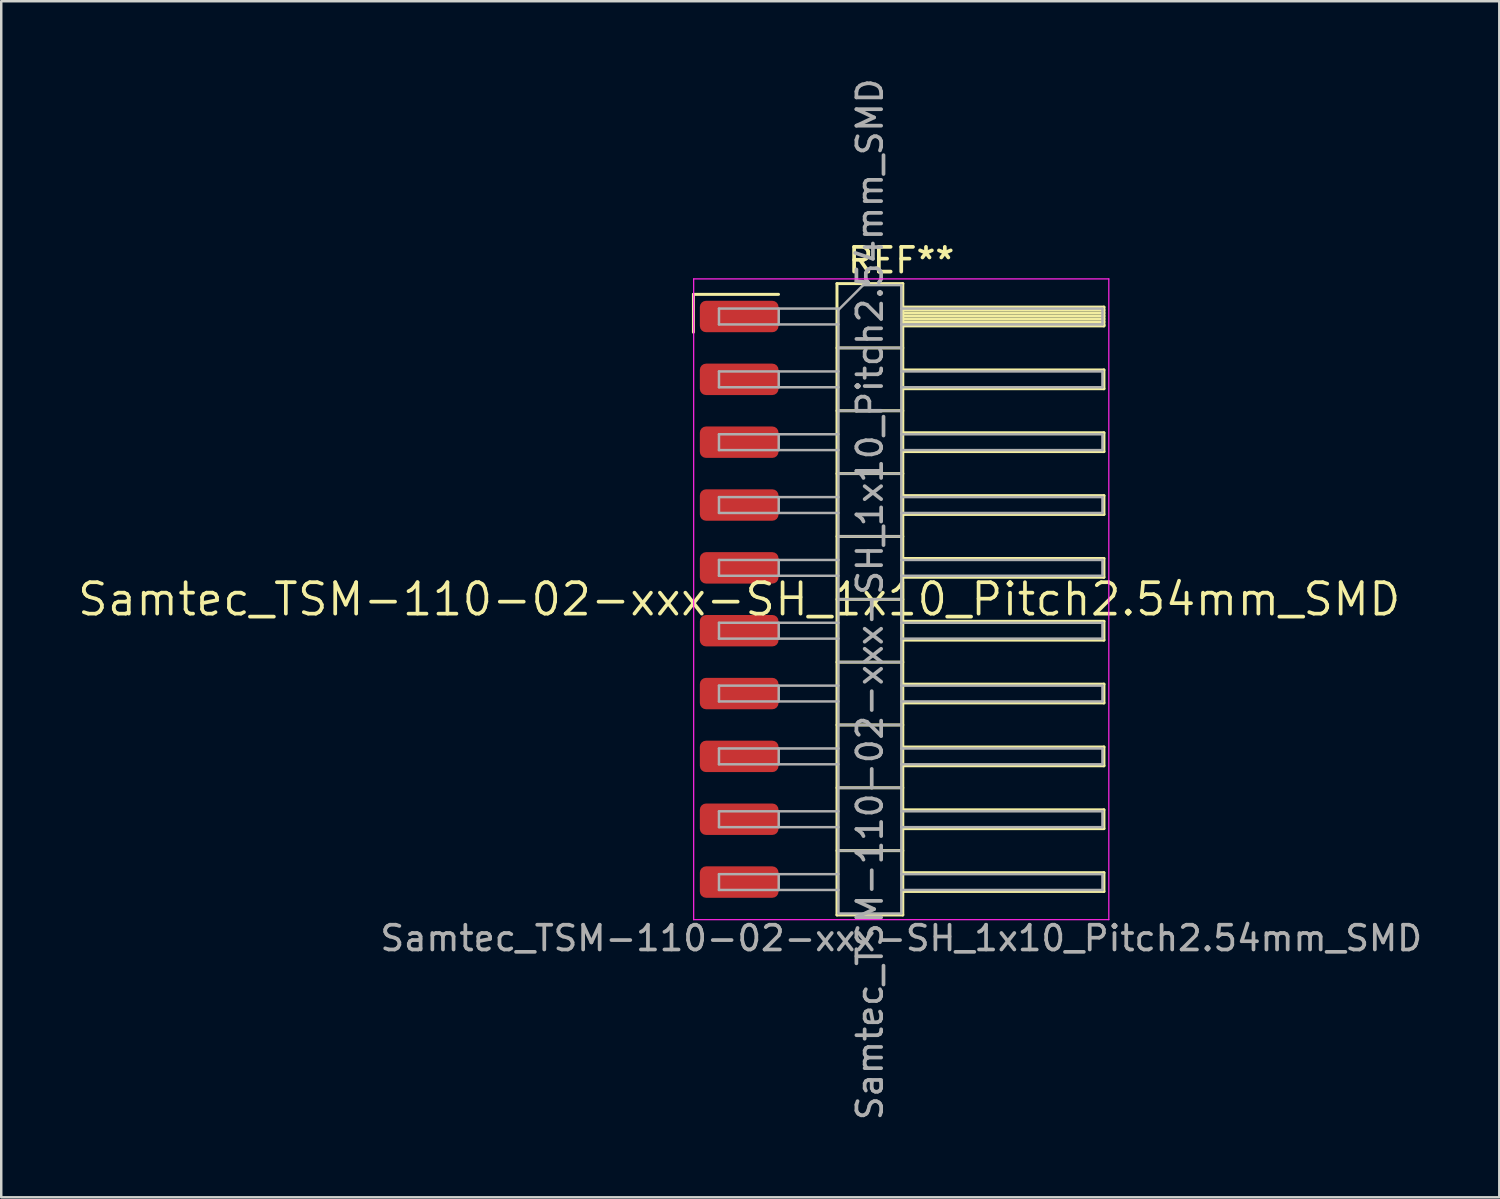
<source format=kicad_pcb>
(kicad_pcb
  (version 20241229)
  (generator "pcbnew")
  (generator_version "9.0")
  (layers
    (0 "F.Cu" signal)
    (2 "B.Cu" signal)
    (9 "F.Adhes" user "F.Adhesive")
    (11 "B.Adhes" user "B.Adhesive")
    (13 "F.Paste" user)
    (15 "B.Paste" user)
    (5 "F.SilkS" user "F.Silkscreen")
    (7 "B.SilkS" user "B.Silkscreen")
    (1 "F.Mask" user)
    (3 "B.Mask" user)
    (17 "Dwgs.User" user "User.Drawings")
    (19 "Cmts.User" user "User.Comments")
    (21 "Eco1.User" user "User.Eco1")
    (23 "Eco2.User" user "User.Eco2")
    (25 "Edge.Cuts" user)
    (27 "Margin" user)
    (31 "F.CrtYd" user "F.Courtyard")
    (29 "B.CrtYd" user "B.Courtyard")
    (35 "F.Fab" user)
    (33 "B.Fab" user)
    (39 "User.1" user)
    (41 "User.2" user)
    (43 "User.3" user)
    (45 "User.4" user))
  (footprint "Samtec_TSM-110-02-xxx-SH_1x10_Pitch2.54mm_SMD"
    (layer "F.Cu")
    (at 26.828 21.173)
    (property "Reference" "Samtec_TSM-110-02-xxx-SH_1x10_Pitch2.54mm_SMD" (at 0 0 0) (layer "F.SilkS") (effects (font (size 1.27 1.27) (thickness 0.15))))
    (attr smd)
    (fp_line (start -1.85 -12.325) (end 1.59 -12.325) (stroke (width 0.12) (type solid)) (layer "F.SilkS"))
    (fp_line (start -1.85 -10.795) (end -1.85 -12.325) (stroke (width 0.12) (type solid)) (layer "F.SilkS"))
    (fp_line (start 3.953 -12.76) (end 6.613 -12.76) (stroke (width 0.12) (type solid)) (layer "F.SilkS"))
    (fp_line (start 3.953 -10.16) (end 6.613 -10.16) (stroke (width 0.12) (type solid)) (layer "F.SilkS"))
    (fp_line (start 3.953 -7.62) (end 6.613 -7.62) (stroke (width 0.12) (type solid)) (layer "F.SilkS"))
    (fp_line (start 3.953 -5.08) (end 6.613 -5.08) (stroke (width 0.12) (type solid)) (layer "F.SilkS"))
    (fp_line (start 3.953 -2.54) (end 6.613 -2.54) (stroke (width 0.12) (type solid)) (layer "F.SilkS"))
    (fp_line (start 3.953 0) (end 6.613 0) (stroke (width 0.12) (type solid)) (layer "F.SilkS"))
    (fp_line (start 3.953 2.54) (end 6.613 2.54) (stroke (width 0.12) (type solid)) (layer "F.SilkS"))
    (fp_line (start 3.953 5.08) (end 6.613 5.08) (stroke (width 0.12) (type solid)) (layer "F.SilkS"))
    (fp_line (start 3.953 7.62) (end 6.613 7.62) (stroke (width 0.12) (type solid)) (layer "F.SilkS"))
    (fp_line (start 3.953 10.16) (end 6.613 10.16) (stroke (width 0.12) (type solid)) (layer "F.SilkS"))
    (fp_line (start 3.953 12.76) (end 3.953 -12.76) (stroke (width 0.12) (type solid)) (layer "F.SilkS"))
    (fp_line (start 6.613 -12.76) (end 6.613 12.76) (stroke (width 0.12) (type solid)) (layer "F.SilkS"))
    (fp_line (start 6.613 -11.81) (end 14.743 -11.81) (stroke (width 0.12) (type solid)) (layer "F.SilkS"))
    (fp_line (start 6.613 -11.69) (end 14.743 -11.69) (stroke (width 0.12) (type solid)) (layer "F.SilkS"))
    (fp_line (start 6.613 -11.57) (end 14.743 -11.57) (stroke (width 0.12) (type solid)) (layer "F.SilkS"))
    (fp_line (start 6.613 -11.45) (end 14.743 -11.45) (stroke (width 0.12) (type solid)) (layer "F.SilkS"))
    (fp_line (start 6.613 -11.33) (end 14.743 -11.33) (stroke (width 0.12) (type solid)) (layer "F.SilkS"))
    (fp_line (start 6.613 -11.21) (end 14.743 -11.21) (stroke (width 0.12) (type solid)) (layer "F.SilkS"))
    (fp_line (start 6.613 -11.09) (end 14.743 -11.09) (stroke (width 0.12) (type solid)) (layer "F.SilkS"))
    (fp_line (start 6.613 -11.05) (end 14.743 -11.05) (stroke (width 0.12) (type solid)) (layer "F.SilkS"))
    (fp_line (start 6.613 -9.27) (end 14.743 -9.27) (stroke (width 0.12) (type solid)) (layer "F.SilkS"))
    (fp_line (start 6.613 -8.51) (end 14.743 -8.51) (stroke (width 0.12) (type solid)) (layer "F.SilkS"))
    (fp_line (start 6.613 -6.73) (end 14.743 -6.73) (stroke (width 0.12) (type solid)) (layer "F.SilkS"))
    (fp_line (start 6.613 -5.97) (end 14.743 -5.97) (stroke (width 0.12) (type solid)) (layer "F.SilkS"))
    (fp_line (start 6.613 -4.19) (end 14.743 -4.19) (stroke (width 0.12) (type solid)) (layer "F.SilkS"))
    (fp_line (start 6.613 -3.43) (end 14.743 -3.43) (stroke (width 0.12) (type solid)) (layer "F.SilkS"))
    (fp_line (start 6.613 -1.65) (end 14.743 -1.65) (stroke (width 0.12) (type solid)) (layer "F.SilkS"))
    (fp_line (start 6.613 -0.89) (end 14.743 -0.89) (stroke (width 0.12) (type solid)) (layer "F.SilkS"))
    (fp_line (start 6.613 0.89) (end 14.743 0.89) (stroke (width 0.12) (type solid)) (layer "F.SilkS"))
    (fp_line (start 6.613 1.65) (end 14.743 1.65) (stroke (width 0.12) (type solid)) (layer "F.SilkS"))
    (fp_line (start 6.613 3.43) (end 14.743 3.43) (stroke (width 0.12) (type solid)) (layer "F.SilkS"))
    (fp_line (start 6.613 4.19) (end 14.743 4.19) (stroke (width 0.12) (type solid)) (layer "F.SilkS"))
    (fp_line (start 6.613 5.97) (end 14.743 5.97) (stroke (width 0.12) (type solid)) (layer "F.SilkS"))
    (fp_line (start 6.613 6.73) (end 14.743 6.73) (stroke (width 0.12) (type solid)) (layer "F.SilkS"))
    (fp_line (start 6.613 8.51) (end 14.743 8.51) (stroke (width 0.12) (type solid)) (layer "F.SilkS"))
    (fp_line (start 6.613 9.27) (end 14.743 9.27) (stroke (width 0.12) (type solid)) (layer "F.SilkS"))
    (fp_line (start 6.613 11.05) (end 14.743 11.05) (stroke (width 0.12) (type solid)) (layer "F.SilkS"))
    (fp_line (start 6.613 11.81) (end 14.743 11.81) (stroke (width 0.12) (type solid)) (layer "F.SilkS"))
    (fp_line (start 6.613 12.76) (end 3.953 12.76) (stroke (width 0.12) (type solid)) (layer "F.SilkS"))
    (fp_line (start 14.743 -11.81) (end 14.743 -11.05) (stroke (width 0.12) (type solid)) (layer "F.SilkS"))
    (fp_line (start 14.743 -9.27) (end 14.743 -8.51) (stroke (width 0.12) (type solid)) (layer "F.SilkS"))
    (fp_line (start 14.743 -6.73) (end 14.743 -5.97) (stroke (width 0.12) (type solid)) (layer "F.SilkS"))
    (fp_line (start 14.743 -4.19) (end 14.743 -3.43) (stroke (width 0.12) (type solid)) (layer "F.SilkS"))
    (fp_line (start 14.743 -1.65) (end 14.743 -0.89) (stroke (width 0.12) (type solid)) (layer "F.SilkS"))
    (fp_line (start 14.743 0.89) (end 14.743 1.65) (stroke (width 0.12) (type solid)) (layer "F.SilkS"))
    (fp_line (start 14.743 3.43) (end 14.743 4.19) (stroke (width 0.12) (type solid)) (layer "F.SilkS"))
    (fp_line (start 14.743 5.97) (end 14.743 6.73) (stroke (width 0.12) (type solid)) (layer "F.SilkS"))
    (fp_line (start 14.743 8.51) (end 14.743 9.27) (stroke (width 0.12) (type solid)) (layer "F.SilkS"))
    (fp_line (start 14.743 11.05) (end 14.743 11.81) (stroke (width 0.12) (type solid)) (layer "F.SilkS"))
    (fp_line (start -1.84 -12.95) (end 14.94 -12.95) (stroke (width 0.05) (type solid)) (layer "F.CrtYd"))
    (fp_line (start -1.84 12.95) (end -1.84 -12.95) (stroke (width 0.05) (type solid)) (layer "F.CrtYd"))
    (fp_line (start 14.94 -12.95) (end 14.94 12.95) (stroke (width 0.05) (type solid)) (layer "F.CrtYd"))
    (fp_line (start 14.94 12.95) (end -1.84 12.95) (stroke (width 0.05) (type solid)) (layer "F.CrtYd"))
    (fp_line (start -0.817 -11.75) (end -0.817 -11.11) (stroke (width 0.1) (type solid)) (layer "F.Fab"))
    (fp_line (start -0.817 -11.75) (end 4.013 -11.75) (stroke (width 0.1) (type solid)) (layer "F.Fab"))
    (fp_line (start -0.817 -11.11) (end 4.013 -11.11) (stroke (width 0.1) (type solid)) (layer "F.Fab"))
    (fp_line (start -0.817 -9.21) (end -0.817 -8.57) (stroke (width 0.1) (type solid)) (layer "F.Fab"))
    (fp_line (start -0.817 -9.21) (end 4.013 -9.21) (stroke (width 0.1) (type solid)) (layer "F.Fab"))
    (fp_line (start -0.817 -8.57) (end 4.013 -8.57) (stroke (width 0.1) (type solid)) (layer "F.Fab"))
    (fp_line (start -0.817 -6.67) (end -0.817 -6.03) (stroke (width 0.1) (type solid)) (layer "F.Fab"))
    (fp_line (start -0.817 -6.67) (end 4.013 -6.67) (stroke (width 0.1) (type solid)) (layer "F.Fab"))
    (fp_line (start -0.817 -6.03) (end 4.013 -6.03) (stroke (width 0.1) (type solid)) (layer "F.Fab"))
    (fp_line (start -0.817 -4.13) (end -0.817 -3.49) (stroke (width 0.1) (type solid)) (layer "F.Fab"))
    (fp_line (start -0.817 -4.13) (end 4.013 -4.13) (stroke (width 0.1) (type solid)) (layer "F.Fab"))
    (fp_line (start -0.817 -3.49) (end 4.013 -3.49) (stroke (width 0.1) (type solid)) (layer "F.Fab"))
    (fp_line (start -0.817 -1.59) (end -0.817 -0.95) (stroke (width 0.1) (type solid)) (layer "F.Fab"))
    (fp_line (start -0.817 -1.59) (end 4.013 -1.59) (stroke (width 0.1) (type solid)) (layer "F.Fab"))
    (fp_line (start -0.817 -0.95) (end 4.013 -0.95) (stroke (width 0.1) (type solid)) (layer "F.Fab"))
    (fp_line (start -0.817 0.95) (end -0.817 1.59) (stroke (width 0.1) (type solid)) (layer "F.Fab"))
    (fp_line (start -0.817 0.95) (end 4.013 0.95) (stroke (width 0.1) (type solid)) (layer "F.Fab"))
    (fp_line (start -0.817 1.59) (end 4.013 1.59) (stroke (width 0.1) (type solid)) (layer "F.Fab"))
    (fp_line (start -0.817 3.49) (end -0.817 4.13) (stroke (width 0.1) (type solid)) (layer "F.Fab"))
    (fp_line (start -0.817 3.49) (end 4.013 3.49) (stroke (width 0.1) (type solid)) (layer "F.Fab"))
    (fp_line (start -0.817 4.13) (end 4.013 4.13) (stroke (width 0.1) (type solid)) (layer "F.Fab"))
    (fp_line (start -0.817 6.03) (end -0.817 6.67) (stroke (width 0.1) (type solid)) (layer "F.Fab"))
    (fp_line (start -0.817 6.03) (end 4.013 6.03) (stroke (width 0.1) (type solid)) (layer "F.Fab"))
    (fp_line (start -0.817 6.67) (end 4.013 6.67) (stroke (width 0.1) (type solid)) (layer "F.Fab"))
    (fp_line (start -0.817 8.57) (end -0.817 9.21) (stroke (width 0.1) (type solid)) (layer "F.Fab"))
    (fp_line (start -0.817 8.57) (end 4.013 8.57) (stroke (width 0.1) (type solid)) (layer "F.Fab"))
    (fp_line (start -0.817 9.21) (end 4.013 9.21) (stroke (width 0.1) (type solid)) (layer "F.Fab"))
    (fp_line (start -0.817 11.11) (end -0.817 11.75) (stroke (width 0.1) (type solid)) (layer "F.Fab"))
    (fp_line (start -0.817 11.11) (end 4.013 11.11) (stroke (width 0.1) (type solid)) (layer "F.Fab"))
    (fp_line (start -0.817 11.75) (end 4.013 11.75) (stroke (width 0.1) (type solid)) (layer "F.Fab"))
    (fp_line (start 1.598 -11.75) (end 1.598 -11.11) (stroke (width 0.1) (type solid)) (layer "F.Fab"))
    (fp_line (start 1.598 -9.21) (end 1.598 -8.57) (stroke (width 0.1) (type solid)) (layer "F.Fab"))
    (fp_line (start 1.598 -6.67) (end 1.598 -6.03) (stroke (width 0.1) (type solid)) (layer "F.Fab"))
    (fp_line (start 1.598 -4.13) (end 1.598 -3.49) (stroke (width 0.1) (type solid)) (layer "F.Fab"))
    (fp_line (start 1.598 -1.59) (end 1.598 -0.95) (stroke (width 0.1) (type solid)) (layer "F.Fab"))
    (fp_line (start 1.598 0.95) (end 1.598 1.59) (stroke (width 0.1) (type solid)) (layer "F.Fab"))
    (fp_line (start 1.598 3.49) (end 1.598 4.13) (stroke (width 0.1) (type solid)) (layer "F.Fab"))
    (fp_line (start 1.598 6.03) (end 1.598 6.67) (stroke (width 0.1) (type solid)) (layer "F.Fab"))
    (fp_line (start 1.598 8.57) (end 1.598 9.21) (stroke (width 0.1) (type solid)) (layer "F.Fab"))
    (fp_line (start 1.598 11.11) (end 1.598 11.75) (stroke (width 0.1) (type solid)) (layer "F.Fab"))
    (fp_line (start 4.013 -11.7) (end 5.013 -12.7) (stroke (width 0.1) (type solid)) (layer "F.Fab"))
    (fp_line (start 4.013 -10.16) (end 6.553 -10.16) (stroke (width 0.1) (type solid)) (layer "F.Fab"))
    (fp_line (start 4.013 -7.62) (end 6.553 -7.62) (stroke (width 0.1) (type solid)) (layer "F.Fab"))
    (fp_line (start 4.013 -5.08) (end 6.553 -5.08) (stroke (width 0.1) (type solid)) (layer "F.Fab"))
    (fp_line (start 4.013 -2.54) (end 6.553 -2.54) (stroke (width 0.1) (type solid)) (layer "F.Fab"))
    (fp_line (start 4.013 0) (end 6.553 0) (stroke (width 0.1) (type solid)) (layer "F.Fab"))
    (fp_line (start 4.013 2.54) (end 6.553 2.54) (stroke (width 0.1) (type solid)) (layer "F.Fab"))
    (fp_line (start 4.013 5.08) (end 6.553 5.08) (stroke (width 0.1) (type solid)) (layer "F.Fab"))
    (fp_line (start 4.013 7.62) (end 6.553 7.62) (stroke (width 0.1) (type solid)) (layer "F.Fab"))
    (fp_line (start 4.013 10.16) (end 6.553 10.16) (stroke (width 0.1) (type solid)) (layer "F.Fab"))
    (fp_line (start 4.013 12.7) (end 4.013 -11.7) (stroke (width 0.1) (type solid)) (layer "F.Fab"))
    (fp_line (start 5.013 -12.7) (end 6.553 -12.7) (stroke (width 0.1) (type solid)) (layer "F.Fab"))
    (fp_line (start 6.553 -12.7) (end 6.553 12.7) (stroke (width 0.1) (type solid)) (layer "F.Fab"))
    (fp_line (start 6.553 -11.75) (end 14.683 -11.75) (stroke (width 0.1) (type solid)) (layer "F.Fab"))
    (fp_line (start 6.553 -11.11) (end 14.683 -11.11) (stroke (width 0.1) (type solid)) (layer "F.Fab"))
    (fp_line (start 6.553 -9.21) (end 14.683 -9.21) (stroke (width 0.1) (type solid)) (layer "F.Fab"))
    (fp_line (start 6.553 -8.57) (end 14.683 -8.57) (stroke (width 0.1) (type solid)) (layer "F.Fab"))
    (fp_line (start 6.553 -6.67) (end 14.683 -6.67) (stroke (width 0.1) (type solid)) (layer "F.Fab"))
    (fp_line (start 6.553 -6.03) (end 14.683 -6.03) (stroke (width 0.1) (type solid)) (layer "F.Fab"))
    (fp_line (start 6.553 -4.13) (end 14.683 -4.13) (stroke (width 0.1) (type solid)) (layer "F.Fab"))
    (fp_line (start 6.553 -3.49) (end 14.683 -3.49) (stroke (width 0.1) (type solid)) (layer "F.Fab"))
    (fp_line (start 6.553 -1.59) (end 14.683 -1.59) (stroke (width 0.1) (type solid)) (layer "F.Fab"))
    (fp_line (start 6.553 -0.95) (end 14.683 -0.95) (stroke (width 0.1) (type solid)) (layer "F.Fab"))
    (fp_line (start 6.553 0.95) (end 14.683 0.95) (stroke (width 0.1) (type solid)) (layer "F.Fab"))
    (fp_line (start 6.553 1.59) (end 14.683 1.59) (stroke (width 0.1) (type solid)) (layer "F.Fab"))
    (fp_line (start 6.553 3.49) (end 14.683 3.49) (stroke (width 0.1) (type solid)) (layer "F.Fab"))
    (fp_line (start 6.553 4.13) (end 14.683 4.13) (stroke (width 0.1) (type solid)) (layer "F.Fab"))
    (fp_line (start 6.553 6.03) (end 14.683 6.03) (stroke (width 0.1) (type solid)) (layer "F.Fab"))
    (fp_line (start 6.553 6.67) (end 14.683 6.67) (stroke (width 0.1) (type solid)) (layer "F.Fab"))
    (fp_line (start 6.553 8.57) (end 14.683 8.57) (stroke (width 0.1) (type solid)) (layer "F.Fab"))
    (fp_line (start 6.553 9.21) (end 14.683 9.21) (stroke (width 0.1) (type solid)) (layer "F.Fab"))
    (fp_line (start 6.553 11.11) (end 14.683 11.11) (stroke (width 0.1) (type solid)) (layer "F.Fab"))
    (fp_line (start 6.553 11.75) (end 14.683 11.75) (stroke (width 0.1) (type solid)) (layer "F.Fab"))
    (fp_line (start 6.553 12.7) (end 4.013 12.7) (stroke (width 0.1) (type solid)) (layer "F.Fab"))
    (fp_line (start 14.683 -11.75) (end 14.683 -11.11) (stroke (width 0.1) (type solid)) (layer "F.Fab"))
    (fp_line (start 14.683 -9.21) (end 14.683 -8.57) (stroke (width 0.1) (type solid)) (layer "F.Fab"))
    (fp_line (start 14.683 -6.67) (end 14.683 -6.03) (stroke (width 0.1) (type solid)) (layer "F.Fab"))
    (fp_line (start 14.683 -4.13) (end 14.683 -3.49) (stroke (width 0.1) (type solid)) (layer "F.Fab"))
    (fp_line (start 14.683 -1.59) (end 14.683 -0.95) (stroke (width 0.1) (type solid)) (layer "F.Fab"))
    (fp_line (start 14.683 0.95) (end 14.683 1.59) (stroke (width 0.1) (type solid)) (layer "F.Fab"))
    (fp_line (start 14.683 3.49) (end 14.683 4.13) (stroke (width 0.1) (type solid)) (layer "F.Fab"))
    (fp_line (start 14.683 6.03) (end 14.683 6.67) (stroke (width 0.1) (type solid)) (layer "F.Fab"))
    (fp_line (start 14.683 8.57) (end 14.683 9.21) (stroke (width 0.1) (type solid)) (layer "F.Fab"))
    (fp_line (start 14.683 11.11) (end 14.683 11.75) (stroke (width 0.1) (type solid)) (layer "F.Fab"))
    (fp_text user "REF**" (at 6.55 -13.7 0) (layer "F.SilkS") (effects (font (size 1 1) (thickness 0.15))))
    (fp_text user "${REFERENCE}" (at 5.283 0 90) (layer "F.Fab") (effects (font (size 1 1) (thickness 0.15))))
    (fp_text user "Samtec_TSM-110-02-xxx-SH_1x10_Pitch2.54mm_SMD" (at 6.55 13.7 0) (layer "F.Fab") (effects (font (size 1 1) (thickness 0.15))))
    (pad "1" smd roundrect (at 0 -11.43) (size 3.18 1.27) (layers "F.Cu" "F.Mask" "F.Paste") (roundrect_rratio 0.197))
    (pad "2" smd roundrect (at 0 -8.89) (size 3.18 1.27) (layers "F.Cu" "F.Mask" "F.Paste") (roundrect_rratio 0.197))
    (pad "3" smd roundrect (at 0 -6.35) (size 3.18 1.27) (layers "F.Cu" "F.Mask" "F.Paste") (roundrect_rratio 0.197))
    (pad "4" smd roundrect (at 0 -3.81) (size 3.18 1.27) (layers "F.Cu" "F.Mask" "F.Paste") (roundrect_rratio 0.197))
    (pad "5" smd roundrect (at 0 -1.27) (size 3.18 1.27) (layers "F.Cu" "F.Mask" "F.Paste") (roundrect_rratio 0.197))
    (pad "6" smd roundrect (at 0 1.27) (size 3.18 1.27) (layers "F.Cu" "F.Mask" "F.Paste") (roundrect_rratio 0.197))
    (pad "7" smd roundrect (at 0 3.81) (size 3.18 1.27) (layers "F.Cu" "F.Mask" "F.Paste") (roundrect_rratio 0.197))
    (pad "8" smd roundrect (at 0 6.35) (size 3.18 1.27) (layers "F.Cu" "F.Mask" "F.Paste") (roundrect_rratio 0.197))
    (pad "9" smd roundrect (at 0 8.89) (size 3.18 1.27) (layers "F.Cu" "F.Mask" "F.Paste") (roundrect_rratio 0.197))
    (pad "10" smd roundrect (at 0 11.43) (size 3.18 1.27) (layers "F.Cu" "F.Mask" "F.Paste") (roundrect_rratio 0.197)))
  (gr_rect
    (start -3 -3)
    (end 57.551 45.345)
    (stroke (width 0.1) (type default))
    (fill no)
    (layer "Edge.Cuts")))
</source>
